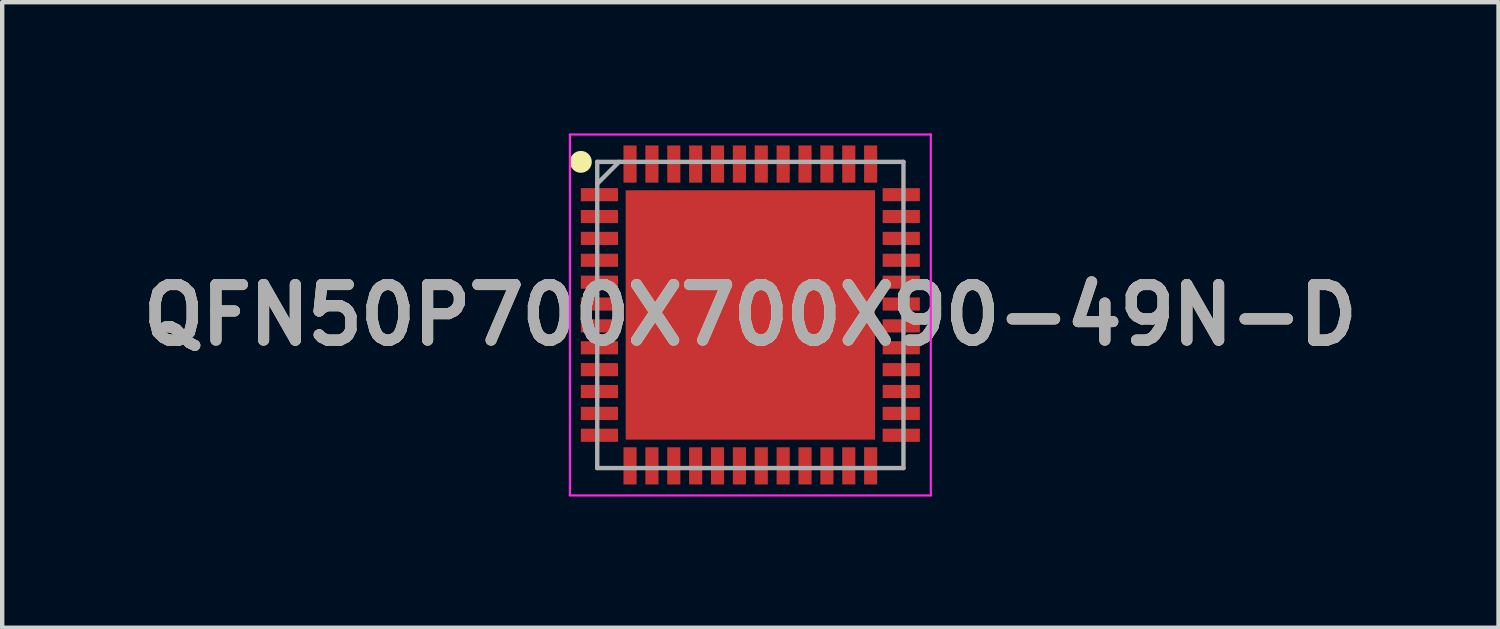
<source format=kicad_pcb>
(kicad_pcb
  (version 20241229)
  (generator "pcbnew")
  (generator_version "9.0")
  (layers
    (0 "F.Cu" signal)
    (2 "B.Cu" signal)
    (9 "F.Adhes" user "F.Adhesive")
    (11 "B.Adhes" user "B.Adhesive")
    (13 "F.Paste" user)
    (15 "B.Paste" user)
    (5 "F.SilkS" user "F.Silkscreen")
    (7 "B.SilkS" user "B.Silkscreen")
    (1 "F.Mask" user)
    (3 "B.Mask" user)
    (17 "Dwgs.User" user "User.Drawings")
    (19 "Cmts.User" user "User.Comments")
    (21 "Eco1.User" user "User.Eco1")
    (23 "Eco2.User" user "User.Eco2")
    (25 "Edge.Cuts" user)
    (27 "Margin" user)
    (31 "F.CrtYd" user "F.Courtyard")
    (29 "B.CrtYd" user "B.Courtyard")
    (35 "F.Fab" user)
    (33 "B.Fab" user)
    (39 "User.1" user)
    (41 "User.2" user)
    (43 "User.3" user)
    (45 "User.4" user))
  (footprint "QFN50P700X700X90-49N-D"
    (layer "F.Cu")
    (at 14.103 4.15)
    (property "Reference" "QFN50P700X700X90-49N-D" (at 0 0 0) (layer "F.SilkS") (effects (font (size 1.27 1.27) (thickness 0.254))))
    (attr smd)
    (fp_circle (center -3.875 -3.5) (end -3.875 -3.375) (stroke (width 0.25) (type solid)) (fill no) (layer "F.SilkS"))
    (fp_line (start -4.125 -4.125) (end 4.125 -4.125) (stroke (width 0.05) (type solid)) (layer "F.CrtYd"))
    (fp_line (start -4.125 4.125) (end -4.125 -4.125) (stroke (width 0.05) (type solid)) (layer "F.CrtYd"))
    (fp_line (start 4.125 -4.125) (end 4.125 4.125) (stroke (width 0.05) (type solid)) (layer "F.CrtYd"))
    (fp_line (start 4.125 4.125) (end -4.125 4.125) (stroke (width 0.05) (type solid)) (layer "F.CrtYd"))
    (fp_line (start -3.5 -3.5) (end 3.5 -3.5) (stroke (width 0.1) (type solid)) (layer "F.Fab"))
    (fp_line (start -3.5 -3) (end -3 -3.5) (stroke (width 0.1) (type solid)) (layer "F.Fab"))
    (fp_line (start -3.5 3.5) (end -3.5 -3.5) (stroke (width 0.1) (type solid)) (layer "F.Fab"))
    (fp_line (start 3.5 -3.5) (end 3.5 3.5) (stroke (width 0.1) (type solid)) (layer "F.Fab"))
    (fp_line (start 3.5 3.5) (end -3.5 3.5) (stroke (width 0.1) (type solid)) (layer "F.Fab"))
    (fp_text user "${REFERENCE}" (at 0 0 0) (layer "F.Fab") (effects (font (size 1.27 1.27) (thickness 0.254))))
    (pad "1" smd rect (at -3.45 -2.75 90) (size 0.3 0.85) (layers "F.Cu" "F.Mask" "F.Paste"))
    (pad "2" smd rect (at -3.45 -2.25 90) (size 0.3 0.85) (layers "F.Cu" "F.Mask" "F.Paste"))
    (pad "3" smd rect (at -3.45 -1.75 90) (size 0.3 0.85) (layers "F.Cu" "F.Mask" "F.Paste"))
    (pad "4" smd rect (at -3.45 -1.25 90) (size 0.3 0.85) (layers "F.Cu" "F.Mask" "F.Paste"))
    (pad "5" smd rect (at -3.45 -0.75 90) (size 0.3 0.85) (layers "F.Cu" "F.Mask" "F.Paste"))
    (pad "6" smd rect (at -3.45 -0.25 90) (size 0.3 0.85) (layers "F.Cu" "F.Mask" "F.Paste"))
    (pad "7" smd rect (at -3.45 0.25 90) (size 0.3 0.85) (layers "F.Cu" "F.Mask" "F.Paste"))
    (pad "8" smd rect (at -3.45 0.75 90) (size 0.3 0.85) (layers "F.Cu" "F.Mask" "F.Paste"))
    (pad "9" smd rect (at -3.45 1.25 90) (size 0.3 0.85) (layers "F.Cu" "F.Mask" "F.Paste"))
    (pad "10" smd rect (at -3.45 1.75 90) (size 0.3 0.85) (layers "F.Cu" "F.Mask" "F.Paste"))
    (pad "11" smd rect (at -3.45 2.25 90) (size 0.3 0.85) (layers "F.Cu" "F.Mask" "F.Paste"))
    (pad "12" smd rect (at -3.45 2.75 90) (size 0.3 0.85) (layers "F.Cu" "F.Mask" "F.Paste"))
    (pad "13" smd rect (at -2.75 3.45) (size 0.3 0.85) (layers "F.Cu" "F.Mask" "F.Paste"))
    (pad "14" smd rect (at -2.25 3.45) (size 0.3 0.85) (layers "F.Cu" "F.Mask" "F.Paste"))
    (pad "15" smd rect (at -1.75 3.45) (size 0.3 0.85) (layers "F.Cu" "F.Mask" "F.Paste"))
    (pad "16" smd rect (at -1.25 3.45) (size 0.3 0.85) (layers "F.Cu" "F.Mask" "F.Paste"))
    (pad "17" smd rect (at -0.75 3.45) (size 0.3 0.85) (layers "F.Cu" "F.Mask" "F.Paste"))
    (pad "18" smd rect (at -0.25 3.45) (size 0.3 0.85) (layers "F.Cu" "F.Mask" "F.Paste"))
    (pad "19" smd rect (at 0.25 3.45) (size 0.3 0.85) (layers "F.Cu" "F.Mask" "F.Paste"))
    (pad "20" smd rect (at 0.75 3.45) (size 0.3 0.85) (layers "F.Cu" "F.Mask" "F.Paste"))
    (pad "21" smd rect (at 1.25 3.45) (size 0.3 0.85) (layers "F.Cu" "F.Mask" "F.Paste"))
    (pad "22" smd rect (at 1.75 3.45) (size 0.3 0.85) (layers "F.Cu" "F.Mask" "F.Paste"))
    (pad "23" smd rect (at 2.25 3.45) (size 0.3 0.85) (layers "F.Cu" "F.Mask" "F.Paste"))
    (pad "24" smd rect (at 2.75 3.45) (size 0.3 0.85) (layers "F.Cu" "F.Mask" "F.Paste"))
    (pad "25" smd rect (at 3.45 2.75 90) (size 0.3 0.85) (layers "F.Cu" "F.Mask" "F.Paste"))
    (pad "26" smd rect (at 3.45 2.25 90) (size 0.3 0.85) (layers "F.Cu" "F.Mask" "F.Paste"))
    (pad "27" smd rect (at 3.45 1.75 90) (size 0.3 0.85) (layers "F.Cu" "F.Mask" "F.Paste"))
    (pad "28" smd rect (at 3.45 1.25 90) (size 0.3 0.85) (layers "F.Cu" "F.Mask" "F.Paste"))
    (pad "29" smd rect (at 3.45 0.75 90) (size 0.3 0.85) (layers "F.Cu" "F.Mask" "F.Paste"))
    (pad "30" smd rect (at 3.45 0.25 90) (size 0.3 0.85) (layers "F.Cu" "F.Mask" "F.Paste"))
    (pad "31" smd rect (at 3.45 -0.25 90) (size 0.3 0.85) (layers "F.Cu" "F.Mask" "F.Paste"))
    (pad "32" smd rect (at 3.45 -0.75 90) (size 0.3 0.85) (layers "F.Cu" "F.Mask" "F.Paste"))
    (pad "33" smd rect (at 3.45 -1.25 90) (size 0.3 0.85) (layers "F.Cu" "F.Mask" "F.Paste"))
    (pad "34" smd rect (at 3.45 -1.75 90) (size 0.3 0.85) (layers "F.Cu" "F.Mask" "F.Paste"))
    (pad "35" smd rect (at 3.45 -2.25 90) (size 0.3 0.85) (layers "F.Cu" "F.Mask" "F.Paste"))
    (pad "36" smd rect (at 3.45 -2.75 90) (size 0.3 0.85) (layers "F.Cu" "F.Mask" "F.Paste"))
    (pad "37" smd rect (at 2.75 -3.45) (size 0.3 0.85) (layers "F.Cu" "F.Mask" "F.Paste"))
    (pad "38" smd rect (at 2.25 -3.45) (size 0.3 0.85) (layers "F.Cu" "F.Mask" "F.Paste"))
    (pad "39" smd rect (at 1.75 -3.45) (size 0.3 0.85) (layers "F.Cu" "F.Mask" "F.Paste"))
    (pad "40" smd rect (at 1.25 -3.45) (size 0.3 0.85) (layers "F.Cu" "F.Mask" "F.Paste"))
    (pad "41" smd rect (at 0.75 -3.45) (size 0.3 0.85) (layers "F.Cu" "F.Mask" "F.Paste"))
    (pad "42" smd rect (at 0.25 -3.45) (size 0.3 0.85) (layers "F.Cu" "F.Mask" "F.Paste"))
    (pad "43" smd rect (at -0.25 -3.45) (size 0.3 0.85) (layers "F.Cu" "F.Mask" "F.Paste"))
    (pad "44" smd rect (at -0.75 -3.45) (size 0.3 0.85) (layers "F.Cu" "F.Mask" "F.Paste"))
    (pad "45" smd rect (at -1.25 -3.45) (size 0.3 0.85) (layers "F.Cu" "F.Mask" "F.Paste"))
    (pad "46" smd rect (at -1.75 -3.45) (size 0.3 0.85) (layers "F.Cu" "F.Mask" "F.Paste"))
    (pad "47" smd rect (at -2.25 -3.45) (size 0.3 0.85) (layers "F.Cu" "F.Mask" "F.Paste"))
    (pad "48" smd rect (at -2.75 -3.45) (size 0.3 0.85) (layers "F.Cu" "F.Mask" "F.Paste"))
    (pad "49" smd rect (at 0 0) (size 5.7 5.7) (layers "F.Cu" "F.Mask" "F.Paste")))
  (gr_rect
    (start -3 -3)
    (end 31.206 11.3)
    (stroke (width 0.1) (type default))
    (fill no)
    (layer "Edge.Cuts")))
</source>
